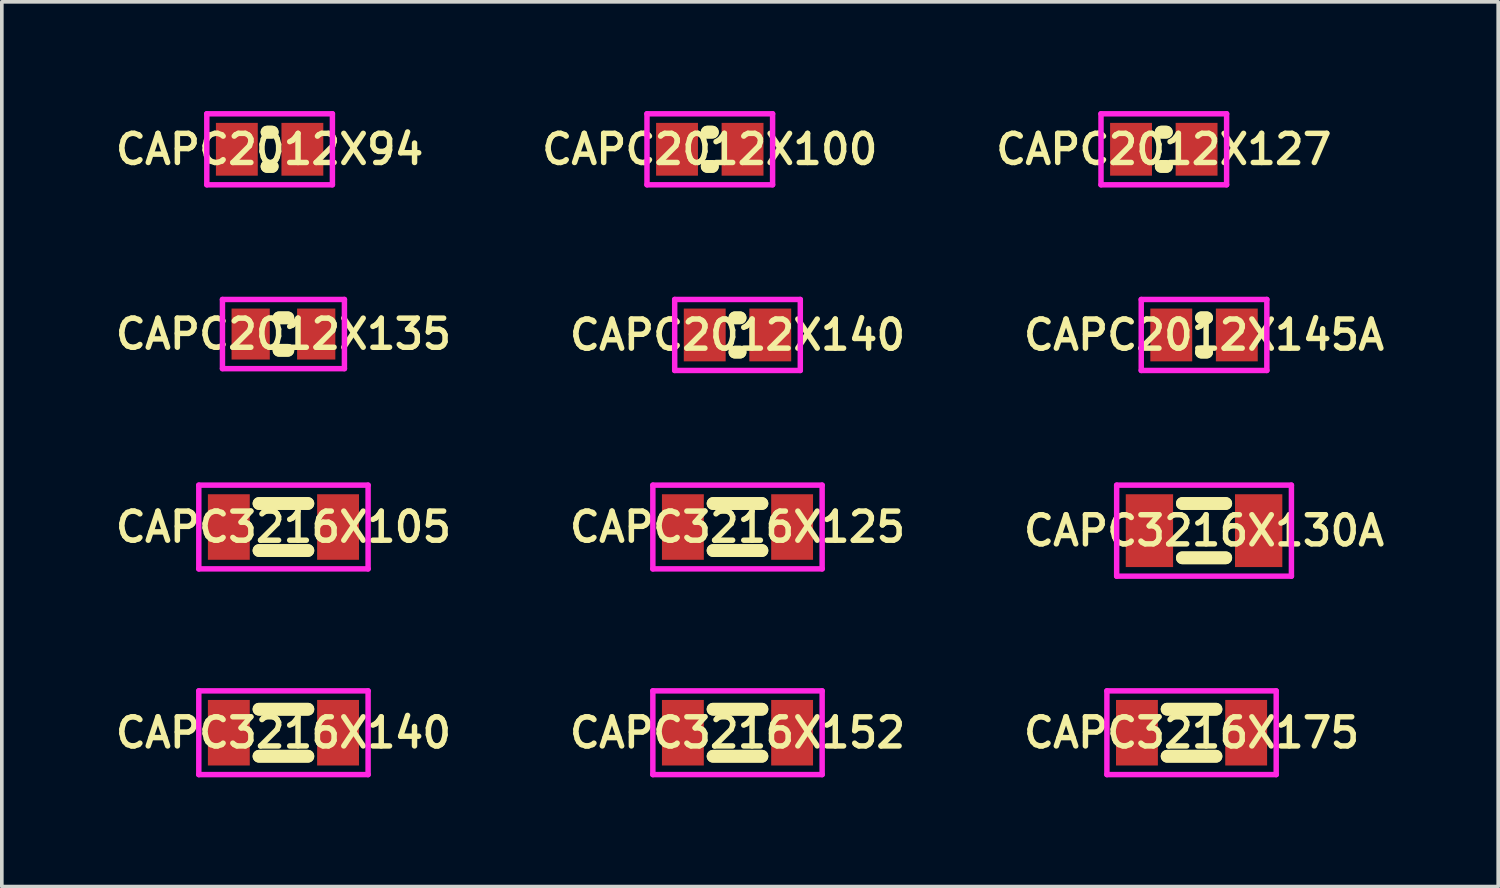
<source format=kicad_pcb>
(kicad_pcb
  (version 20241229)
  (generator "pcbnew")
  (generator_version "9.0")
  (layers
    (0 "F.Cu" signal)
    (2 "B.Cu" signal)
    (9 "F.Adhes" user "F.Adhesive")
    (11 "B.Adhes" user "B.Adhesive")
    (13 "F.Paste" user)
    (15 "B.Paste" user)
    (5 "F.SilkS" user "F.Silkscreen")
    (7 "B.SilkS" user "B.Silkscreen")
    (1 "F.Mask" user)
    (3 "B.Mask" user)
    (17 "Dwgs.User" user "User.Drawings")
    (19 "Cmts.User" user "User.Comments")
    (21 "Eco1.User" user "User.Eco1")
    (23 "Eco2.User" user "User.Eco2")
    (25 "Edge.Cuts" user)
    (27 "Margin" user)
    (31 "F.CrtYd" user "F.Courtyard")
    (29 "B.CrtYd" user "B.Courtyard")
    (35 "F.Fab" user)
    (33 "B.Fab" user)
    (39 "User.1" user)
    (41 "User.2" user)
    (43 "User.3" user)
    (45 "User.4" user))
  (footprint "CAPC3216X125"
    (layer "F.Cu")
    (at 17.206 11.425)
    (property "Reference" "CAPC3216X125" (at 0 0 0) (layer "F.SilkS") (effects (font (size 0.8 0.8) (thickness 0.15))))
    (attr smd)
    (fp_line (start -0.671 -0.646) (end 0.671 -0.646) (stroke (width 0.35) (type solid)) (layer "F.SilkS"))
    (fp_line (start -0.671 0.646) (end 0.671 0.646) (stroke (width 0.35) (type solid)) (layer "F.SilkS"))
    (fp_line (start 0.671 -0.646) (end -0.671 -0.646) (stroke (width 0.35) (type solid)) (layer "F.SilkS"))
    (fp_line (start 0.671 0.646) (end -0.671 0.646) (stroke (width 0.35) (type solid)) (layer "F.SilkS"))
    (fp_line (start -2.325 -1.15) (end 2.325 -1.15) (stroke (width 0.15) (type solid)) (layer "F.CrtYd"))
    (fp_line (start -2.325 1.15) (end -2.325 -1.15) (stroke (width 0.15) (type solid)) (layer "F.CrtYd"))
    (fp_line (start 2.325 -1.15) (end 2.325 1.15) (stroke (width 0.15) (type solid)) (layer "F.CrtYd"))
    (fp_line (start 2.325 1.15) (end -2.325 1.15) (stroke (width 0.15) (type solid)) (layer "F.CrtYd"))
    (pad "1" smd rect (at -1.5 0) (size 1.15 1.8) (layers "F.Cu" "F.Mask" "F.Paste"))
    (pad "2" smd rect (at 1.5 0) (size 1.15 1.8) (layers "F.Cu" "F.Mask" "F.Paste")))
  (footprint "CAPC2012X135"
    (layer "F.Cu")
    (at 4.735 6.125)
    (property "Reference" "CAPC2012X135" (at 0 0 0) (layer "F.SilkS") (effects (font (size 0.8 0.8) (thickness 0.15))))
    (attr smd)
    (fp_line (start -0.121 -0.446) (end 0.121 -0.446) (stroke (width 0.35) (type solid)) (layer "F.SilkS"))
    (fp_line (start -0.121 0.446) (end 0.121 0.446) (stroke (width 0.35) (type solid)) (layer "F.SilkS"))
    (fp_line (start 0.121 -0.446) (end -0.121 -0.446) (stroke (width 0.35) (type solid)) (layer "F.SilkS"))
    (fp_line (start 0.121 0.446) (end -0.121 0.446) (stroke (width 0.35) (type solid)) (layer "F.SilkS"))
    (fp_line (start -1.675 -0.95) (end 1.675 -0.95) (stroke (width 0.15) (type solid)) (layer "F.CrtYd"))
    (fp_line (start -1.675 0.95) (end -1.675 -0.95) (stroke (width 0.15) (type solid)) (layer "F.CrtYd"))
    (fp_line (start 1.675 -0.95) (end 1.675 0.95) (stroke (width 0.15) (type solid)) (layer "F.CrtYd"))
    (fp_line (start 1.675 0.95) (end -1.675 0.95) (stroke (width 0.15) (type solid)) (layer "F.CrtYd"))
    (pad "1" smd rect (at -0.9 0) (size 1.05 1.4) (layers "F.Cu" "F.Mask" "F.Paste"))
    (pad "2" smd rect (at 0.9 0) (size 1.05 1.4) (layers "F.Cu" "F.Mask" "F.Paste")))
  (footprint "CAPC2012X100"
    (layer "F.Cu")
    (at 16.445 1.05)
    (property "Reference" "CAPC2012X100" (at 0 0 0) (layer "F.SilkS") (effects (font (size 0.8 0.8) (thickness 0.15))))
    (attr smd)
    (fp_line (start -0.071 -0.471) (end 0.071 -0.471) (stroke (width 0.35) (type solid)) (layer "F.SilkS"))
    (fp_line (start -0.071 0.471) (end 0.071 0.471) (stroke (width 0.35) (type solid)) (layer "F.SilkS"))
    (fp_line (start 0.071 -0.471) (end -0.071 -0.471) (stroke (width 0.35) (type solid)) (layer "F.SilkS"))
    (fp_line (start 0.071 0.471) (end -0.071 0.471) (stroke (width 0.35) (type solid)) (layer "F.SilkS"))
    (fp_line (start -1.725 -0.975) (end 1.725 -0.975) (stroke (width 0.15) (type solid)) (layer "F.CrtYd"))
    (fp_line (start -1.725 0.975) (end -1.725 -0.975) (stroke (width 0.15) (type solid)) (layer "F.CrtYd"))
    (fp_line (start 1.725 -0.975) (end 1.725 0.975) (stroke (width 0.15) (type solid)) (layer "F.CrtYd"))
    (fp_line (start 1.725 0.975) (end -1.725 0.975) (stroke (width 0.15) (type solid)) (layer "F.CrtYd"))
    (pad "1" smd rect (at -0.9 0) (size 1.15 1.45) (layers "F.Cu" "F.Mask" "F.Paste"))
    (pad "2" smd rect (at 0.9 0) (size 1.15 1.45) (layers "F.Cu" "F.Mask" "F.Paste")))
  (footprint "CAPC2012X94"
    (layer "F.Cu")
    (at 4.355 1.05)
    (property "Reference" "CAPC2012X94" (at 0 0 0) (layer "F.SilkS") (effects (font (size 0.8 0.8) (thickness 0.15))))
    (attr smd)
    (fp_line (start -0.071 -0.471) (end 0.071 -0.471) (stroke (width 0.35) (type solid)) (layer "F.SilkS"))
    (fp_line (start -0.071 0.471) (end 0.071 0.471) (stroke (width 0.35) (type solid)) (layer "F.SilkS"))
    (fp_line (start 0.071 -0.471) (end -0.071 -0.471) (stroke (width 0.35) (type solid)) (layer "F.SilkS"))
    (fp_line (start 0.071 0.471) (end -0.071 0.471) (stroke (width 0.35) (type solid)) (layer "F.SilkS"))
    (fp_line (start -1.725 -0.975) (end 1.725 -0.975) (stroke (width 0.15) (type solid)) (layer "F.CrtYd"))
    (fp_line (start -1.725 0.975) (end -1.725 -0.975) (stroke (width 0.15) (type solid)) (layer "F.CrtYd"))
    (fp_line (start 1.725 -0.975) (end 1.725 0.975) (stroke (width 0.15) (type solid)) (layer "F.CrtYd"))
    (fp_line (start 1.725 0.975) (end -1.725 0.975) (stroke (width 0.15) (type solid)) (layer "F.CrtYd"))
    (pad "1" smd rect (at -0.9 0) (size 1.15 1.45) (layers "F.Cu" "F.Mask" "F.Paste"))
    (pad "2" smd rect (at 0.9 0) (size 1.15 1.45) (layers "F.Cu" "F.Mask" "F.Paste")))
  (footprint "CAPC3216X152"
    (layer "F.Cu")
    (at 17.206 17.075)
    (property "Reference" "CAPC3216X152" (at 0 0 0) (layer "F.SilkS") (effects (font (size 0.8 0.8) (thickness 0.15))))
    (attr smd)
    (fp_line (start -0.671 -0.646) (end 0.671 -0.646) (stroke (width 0.35) (type solid)) (layer "F.SilkS"))
    (fp_line (start -0.671 0.646) (end 0.671 0.646) (stroke (width 0.35) (type solid)) (layer "F.SilkS"))
    (fp_line (start 0.671 -0.646) (end -0.671 -0.646) (stroke (width 0.35) (type solid)) (layer "F.SilkS"))
    (fp_line (start 0.671 0.646) (end -0.671 0.646) (stroke (width 0.35) (type solid)) (layer "F.SilkS"))
    (fp_line (start -2.325 -1.15) (end 2.325 -1.15) (stroke (width 0.15) (type solid)) (layer "F.CrtYd"))
    (fp_line (start -2.325 1.15) (end -2.325 -1.15) (stroke (width 0.15) (type solid)) (layer "F.CrtYd"))
    (fp_line (start 2.325 -1.15) (end 2.325 1.15) (stroke (width 0.15) (type solid)) (layer "F.CrtYd"))
    (fp_line (start 2.325 1.15) (end -2.325 1.15) (stroke (width 0.15) (type solid)) (layer "F.CrtYd"))
    (pad "1" smd rect (at -1.5 0) (size 1.15 1.8) (layers "F.Cu" "F.Mask" "F.Paste"))
    (pad "2" smd rect (at 1.5 0) (size 1.15 1.8) (layers "F.Cu" "F.Mask" "F.Paste")))
  (footprint "CAPC3216X130A"
    (layer "F.Cu")
    (at 30.02 11.525)
    (property "Reference" "CAPC3216X130A" (at 0 0 0) (layer "F.SilkS") (effects (font (size 0.8 0.8) (thickness 0.15))))
    (attr smd)
    (fp_line (start -0.596 -0.746) (end 0.596 -0.746) (stroke (width 0.35) (type solid)) (layer "F.SilkS"))
    (fp_line (start -0.596 0.746) (end 0.596 0.746) (stroke (width 0.35) (type solid)) (layer "F.SilkS"))
    (fp_line (start 0.596 -0.746) (end -0.596 -0.746) (stroke (width 0.35) (type solid)) (layer "F.SilkS"))
    (fp_line (start 0.596 0.746) (end -0.596 0.746) (stroke (width 0.35) (type solid)) (layer "F.SilkS"))
    (fp_line (start -2.4 -1.25) (end 2.4 -1.25) (stroke (width 0.15) (type solid)) (layer "F.CrtYd"))
    (fp_line (start -2.4 1.25) (end -2.4 -1.25) (stroke (width 0.15) (type solid)) (layer "F.CrtYd"))
    (fp_line (start 2.4 -1.25) (end 2.4 1.25) (stroke (width 0.15) (type solid)) (layer "F.CrtYd"))
    (fp_line (start 2.4 1.25) (end -2.4 1.25) (stroke (width 0.15) (type solid)) (layer "F.CrtYd"))
    (pad "1" smd rect (at -1.5 0) (size 1.3 2) (layers "F.Cu" "F.Mask" "F.Paste"))
    (pad "2" smd rect (at 1.5 0) (size 1.3 2) (layers "F.Cu" "F.Mask" "F.Paste")))
  (footprint "CAPC3216X140"
    (layer "F.Cu")
    (at 4.735 17.075)
    (property "Reference" "CAPC3216X140" (at 0 0 0) (layer "F.SilkS") (effects (font (size 0.8 0.8) (thickness 0.15))))
    (attr smd)
    (fp_line (start -0.671 -0.646) (end 0.671 -0.646) (stroke (width 0.35) (type solid)) (layer "F.SilkS"))
    (fp_line (start -0.671 0.646) (end 0.671 0.646) (stroke (width 0.35) (type solid)) (layer "F.SilkS"))
    (fp_line (start 0.671 -0.646) (end -0.671 -0.646) (stroke (width 0.35) (type solid)) (layer "F.SilkS"))
    (fp_line (start 0.671 0.646) (end -0.671 0.646) (stroke (width 0.35) (type solid)) (layer "F.SilkS"))
    (fp_line (start -2.325 -1.15) (end 2.325 -1.15) (stroke (width 0.15) (type solid)) (layer "F.CrtYd"))
    (fp_line (start -2.325 1.15) (end -2.325 -1.15) (stroke (width 0.15) (type solid)) (layer "F.CrtYd"))
    (fp_line (start 2.325 -1.15) (end 2.325 1.15) (stroke (width 0.15) (type solid)) (layer "F.CrtYd"))
    (fp_line (start 2.325 1.15) (end -2.325 1.15) (stroke (width 0.15) (type solid)) (layer "F.CrtYd"))
    (pad "1" smd rect (at -1.5 0) (size 1.15 1.8) (layers "F.Cu" "F.Mask" "F.Paste"))
    (pad "2" smd rect (at 1.5 0) (size 1.15 1.8) (layers "F.Cu" "F.Mask" "F.Paste")))
  (footprint "CAPC3216X175"
    (layer "F.Cu")
    (at 29.677 17.075)
    (property "Reference" "CAPC3216X175" (at 0 0 0) (layer "F.SilkS") (effects (font (size 0.8 0.8) (thickness 0.15))))
    (attr smd)
    (fp_line (start -0.671 -0.646) (end 0.671 -0.646) (stroke (width 0.35) (type solid)) (layer "F.SilkS"))
    (fp_line (start -0.671 0.646) (end 0.671 0.646) (stroke (width 0.35) (type solid)) (layer "F.SilkS"))
    (fp_line (start 0.671 -0.646) (end -0.671 -0.646) (stroke (width 0.35) (type solid)) (layer "F.SilkS"))
    (fp_line (start 0.671 0.646) (end -0.671 0.646) (stroke (width 0.35) (type solid)) (layer "F.SilkS"))
    (fp_line (start -2.325 -1.15) (end 2.325 -1.15) (stroke (width 0.15) (type solid)) (layer "F.CrtYd"))
    (fp_line (start -2.325 1.15) (end -2.325 -1.15) (stroke (width 0.15) (type solid)) (layer "F.CrtYd"))
    (fp_line (start 2.325 -1.15) (end 2.325 1.15) (stroke (width 0.15) (type solid)) (layer "F.CrtYd"))
    (fp_line (start 2.325 1.15) (end -2.325 1.15) (stroke (width 0.15) (type solid)) (layer "F.CrtYd"))
    (pad "1" smd rect (at -1.5 0) (size 1.15 1.8) (layers "F.Cu" "F.Mask" "F.Paste"))
    (pad "2" smd rect (at 1.5 0) (size 1.15 1.8) (layers "F.Cu" "F.Mask" "F.Paste")))
  (footprint "CAPC2012X145A"
    (layer "F.Cu")
    (at 30.02 6.15)
    (property "Reference" "CAPC2012X145A" (at 0 0 0) (layer "F.SilkS") (effects (font (size 0.8 0.8) (thickness 0.15))))
    (attr smd)
    (fp_line (start -0.071 -0.471) (end 0.071 -0.471) (stroke (width 0.35) (type solid)) (layer "F.SilkS"))
    (fp_line (start -0.071 0.471) (end 0.071 0.471) (stroke (width 0.35) (type solid)) (layer "F.SilkS"))
    (fp_line (start 0.071 -0.471) (end -0.071 -0.471) (stroke (width 0.35) (type solid)) (layer "F.SilkS"))
    (fp_line (start 0.071 0.471) (end -0.071 0.471) (stroke (width 0.35) (type solid)) (layer "F.SilkS"))
    (fp_line (start -1.725 -0.975) (end 1.725 -0.975) (stroke (width 0.15) (type solid)) (layer "F.CrtYd"))
    (fp_line (start -1.725 0.975) (end -1.725 -0.975) (stroke (width 0.15) (type solid)) (layer "F.CrtYd"))
    (fp_line (start 1.725 -0.975) (end 1.725 0.975) (stroke (width 0.15) (type solid)) (layer "F.CrtYd"))
    (fp_line (start 1.725 0.975) (end -1.725 0.975) (stroke (width 0.15) (type solid)) (layer "F.CrtYd"))
    (pad "1" smd rect (at -0.9 0) (size 1.15 1.45) (layers "F.Cu" "F.Mask" "F.Paste"))
    (pad "2" smd rect (at 0.9 0) (size 1.15 1.45) (layers "F.Cu" "F.Mask" "F.Paste")))
  (footprint "CAPC2012X140"
    (layer "F.Cu")
    (at 17.206 6.15)
    (property "Reference" "CAPC2012X140" (at 0 0 0) (layer "F.SilkS") (effects (font (size 0.8 0.8) (thickness 0.15))))
    (attr smd)
    (fp_line (start -0.071 -0.471) (end 0.071 -0.471) (stroke (width 0.35) (type solid)) (layer "F.SilkS"))
    (fp_line (start -0.071 0.471) (end 0.071 0.471) (stroke (width 0.35) (type solid)) (layer "F.SilkS"))
    (fp_line (start 0.071 -0.471) (end -0.071 -0.471) (stroke (width 0.35) (type solid)) (layer "F.SilkS"))
    (fp_line (start 0.071 0.471) (end -0.071 0.471) (stroke (width 0.35) (type solid)) (layer "F.SilkS"))
    (fp_line (start -1.725 -0.975) (end 1.725 -0.975) (stroke (width 0.15) (type solid)) (layer "F.CrtYd"))
    (fp_line (start -1.725 0.975) (end -1.725 -0.975) (stroke (width 0.15) (type solid)) (layer "F.CrtYd"))
    (fp_line (start 1.725 -0.975) (end 1.725 0.975) (stroke (width 0.15) (type solid)) (layer "F.CrtYd"))
    (fp_line (start 1.725 0.975) (end -1.725 0.975) (stroke (width 0.15) (type solid)) (layer "F.CrtYd"))
    (pad "1" smd rect (at -0.9 0) (size 1.15 1.45) (layers "F.Cu" "F.Mask" "F.Paste"))
    (pad "2" smd rect (at 0.9 0) (size 1.15 1.45) (layers "F.Cu" "F.Mask" "F.Paste")))
  (footprint "CAPC3216X105"
    (layer "F.Cu")
    (at 4.735 11.425)
    (property "Reference" "CAPC3216X105" (at 0 0 0) (layer "F.SilkS") (effects (font (size 0.8 0.8) (thickness 0.15))))
    (attr smd)
    (fp_line (start -0.671 -0.646) (end 0.671 -0.646) (stroke (width 0.35) (type solid)) (layer "F.SilkS"))
    (fp_line (start -0.671 0.646) (end 0.671 0.646) (stroke (width 0.35) (type solid)) (layer "F.SilkS"))
    (fp_line (start 0.671 -0.646) (end -0.671 -0.646) (stroke (width 0.35) (type solid)) (layer "F.SilkS"))
    (fp_line (start 0.671 0.646) (end -0.671 0.646) (stroke (width 0.35) (type solid)) (layer "F.SilkS"))
    (fp_line (start -2.325 -1.15) (end 2.325 -1.15) (stroke (width 0.15) (type solid)) (layer "F.CrtYd"))
    (fp_line (start -2.325 1.15) (end -2.325 -1.15) (stroke (width 0.15) (type solid)) (layer "F.CrtYd"))
    (fp_line (start 2.325 -1.15) (end 2.325 1.15) (stroke (width 0.15) (type solid)) (layer "F.CrtYd"))
    (fp_line (start 2.325 1.15) (end -2.325 1.15) (stroke (width 0.15) (type solid)) (layer "F.CrtYd"))
    (pad "1" smd rect (at -1.5 0) (size 1.15 1.8) (layers "F.Cu" "F.Mask" "F.Paste"))
    (pad "2" smd rect (at 1.5 0) (size 1.15 1.8) (layers "F.Cu" "F.Mask" "F.Paste")))
  (footprint "CAPC2012X127"
    (layer "F.Cu")
    (at 28.915 1.05)
    (property "Reference" "CAPC2012X127" (at 0 0 0) (layer "F.SilkS") (effects (font (size 0.8 0.8) (thickness 0.15))))
    (attr smd)
    (fp_line (start -0.071 -0.471) (end 0.071 -0.471) (stroke (width 0.35) (type solid)) (layer "F.SilkS"))
    (fp_line (start -0.071 0.471) (end 0.071 0.471) (stroke (width 0.35) (type solid)) (layer "F.SilkS"))
    (fp_line (start 0.071 -0.471) (end -0.071 -0.471) (stroke (width 0.35) (type solid)) (layer "F.SilkS"))
    (fp_line (start 0.071 0.471) (end -0.071 0.471) (stroke (width 0.35) (type solid)) (layer "F.SilkS"))
    (fp_line (start -1.725 -0.975) (end 1.725 -0.975) (stroke (width 0.15) (type solid)) (layer "F.CrtYd"))
    (fp_line (start -1.725 0.975) (end -1.725 -0.975) (stroke (width 0.15) (type solid)) (layer "F.CrtYd"))
    (fp_line (start 1.725 -0.975) (end 1.725 0.975) (stroke (width 0.15) (type solid)) (layer "F.CrtYd"))
    (fp_line (start 1.725 0.975) (end -1.725 0.975) (stroke (width 0.15) (type solid)) (layer "F.CrtYd"))
    (pad "1" smd rect (at -0.9 0) (size 1.15 1.45) (layers "F.Cu" "F.Mask" "F.Paste"))
    (pad "2" smd rect (at 0.9 0) (size 1.15 1.45) (layers "F.Cu" "F.Mask" "F.Paste")))
  (gr_rect
    (start -3 -3)
    (end 38.099 21.3)
    (stroke (width 0.1) (type default))
    (fill no)
    (layer "Edge.Cuts")))
</source>
